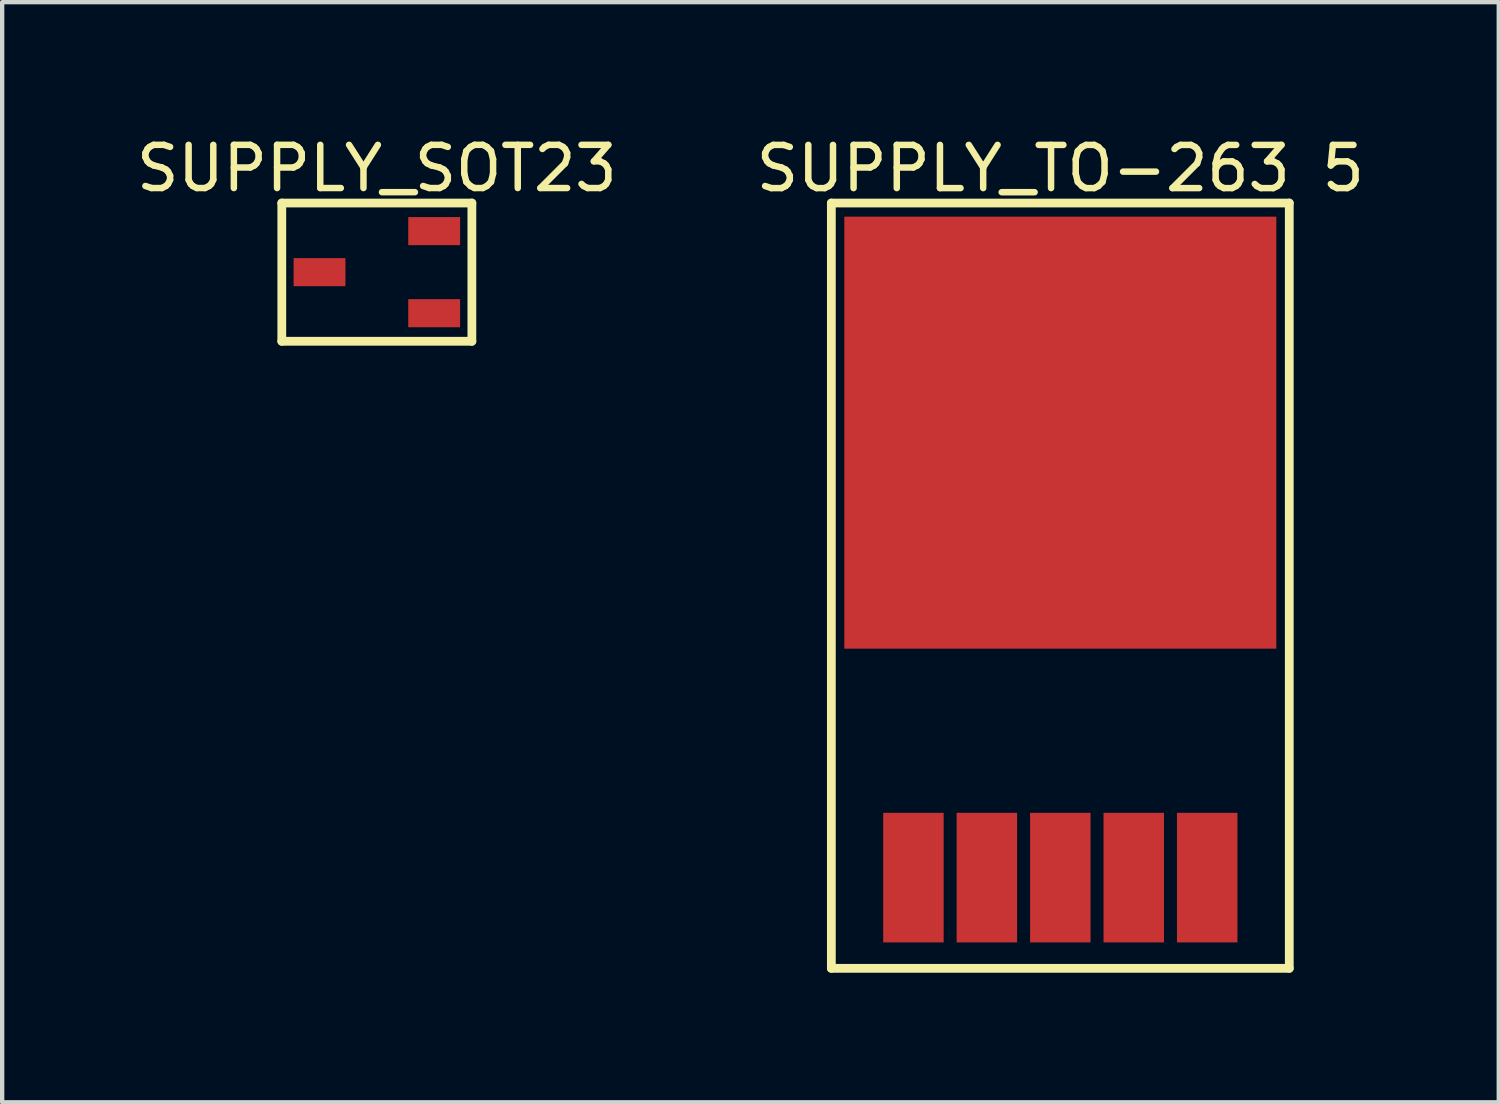
<source format=kicad_pcb>
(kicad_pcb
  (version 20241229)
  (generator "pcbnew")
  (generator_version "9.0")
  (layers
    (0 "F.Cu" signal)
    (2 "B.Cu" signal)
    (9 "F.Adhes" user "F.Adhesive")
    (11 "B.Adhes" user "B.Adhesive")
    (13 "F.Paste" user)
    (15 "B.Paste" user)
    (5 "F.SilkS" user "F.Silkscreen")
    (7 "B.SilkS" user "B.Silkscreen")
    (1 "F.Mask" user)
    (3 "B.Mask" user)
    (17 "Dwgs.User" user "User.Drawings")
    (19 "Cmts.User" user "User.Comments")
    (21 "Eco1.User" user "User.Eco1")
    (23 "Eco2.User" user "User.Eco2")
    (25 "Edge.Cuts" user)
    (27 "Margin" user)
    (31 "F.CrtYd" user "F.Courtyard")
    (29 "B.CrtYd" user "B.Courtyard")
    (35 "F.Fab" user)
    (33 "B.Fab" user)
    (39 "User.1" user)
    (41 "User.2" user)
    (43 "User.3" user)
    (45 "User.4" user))
  (footprint "SUPPLY_TO-263 5"
    (layer "F.Cu")
    (at 21.494 12.115)
    (property "Reference" "SUPPLY_TO-263 5" (at 0.000015 -11.266 0) (layer "F.SilkS") (effects (font (size 1 1) (thickness 0.15))))
    (fp_line (start -5.3 -10.465) (end 5.3 -10.465) (stroke (width 0.203) (type solid)) (layer "F.SilkS"))
    (fp_line (start -5.3 7.25) (end -5.3 -10.465) (stroke (width 0.203) (type solid)) (layer "F.SilkS"))
    (fp_line (start -5.3 7.25) (end 5.3 7.25) (stroke (width 0.203) (type solid)) (layer "F.SilkS"))
    (fp_line (start 5.3 7.25) (end 5.3 -10.465) (stroke (width 0.203) (type solid)) (layer "F.SilkS"))
    (pad "1" smd rect (at -3.4 5.15) (size 1.4 3) (layers "F.Cu" "F.Mask" "F.Paste"))
    (pad "2" smd rect (at -1.7 5.15) (size 1.4 3) (layers "F.Cu" "F.Mask" "F.Paste"))
    (pad "3" smd rect (at 0 5.15) (size 1.4 3) (layers "F.Cu" "F.Mask" "F.Paste"))
    (pad "4" smd rect (at 1.7 5.15) (size 1.4 3) (layers "F.Cu" "F.Mask" "F.Paste"))
    (pad "5" smd rect (at 3.4 5.15) (size 1.4 3) (layers "F.Cu" "F.Mask" "F.Paste"))
    (pad "6" smd rect (at 0 -5.15 180) (size 10 10) (layers "F.Cu" "F.Mask" "F.Paste")))
  (footprint "SUPPLY_SOT23"
    (layer "F.Cu")
    (at 5.673 3.25)
    (property "Reference" "SUPPLY_SOT23" (at 0 -2.402 0) (layer "F.SilkS") (effects (font (size 1 1) (thickness 0.15))))
    (fp_line (start -2.2 -1.6) (end 2.2 -1.6) (stroke (width 0.203) (type solid)) (layer "F.SilkS"))
    (fp_line (start -2.2 1.6) (end -2.2 -1.6) (stroke (width 0.203) (type solid)) (layer "F.SilkS"))
    (fp_line (start -2.2 1.6) (end 2.2 1.6) (stroke (width 0.203) (type solid)) (layer "F.SilkS"))
    (fp_line (start 2.2 1.6) (end 2.2 -1.6) (stroke (width 0.203) (type solid)) (layer "F.SilkS"))
    (pad "GND" smd rect (at 1.327 0.95 90) (size 0.65 1.2) (layers "F.Cu" "F.Mask" "F.Paste"))
    (pad "VIN" smd rect (at -1.327 0 90) (size 0.65 1.2) (layers "F.Cu" "F.Mask" "F.Paste"))
    (pad "VOUT" smd rect (at 1.327 -0.95 90) (size 0.65 1.2) (layers "F.Cu" "F.Mask" "F.Paste")))
  (gr_rect
    (start -3 -3)
    (end 31.643 22.466)
    (stroke (width 0.1) (type default))
    (fill no)
    (layer "Edge.Cuts")))
</source>
